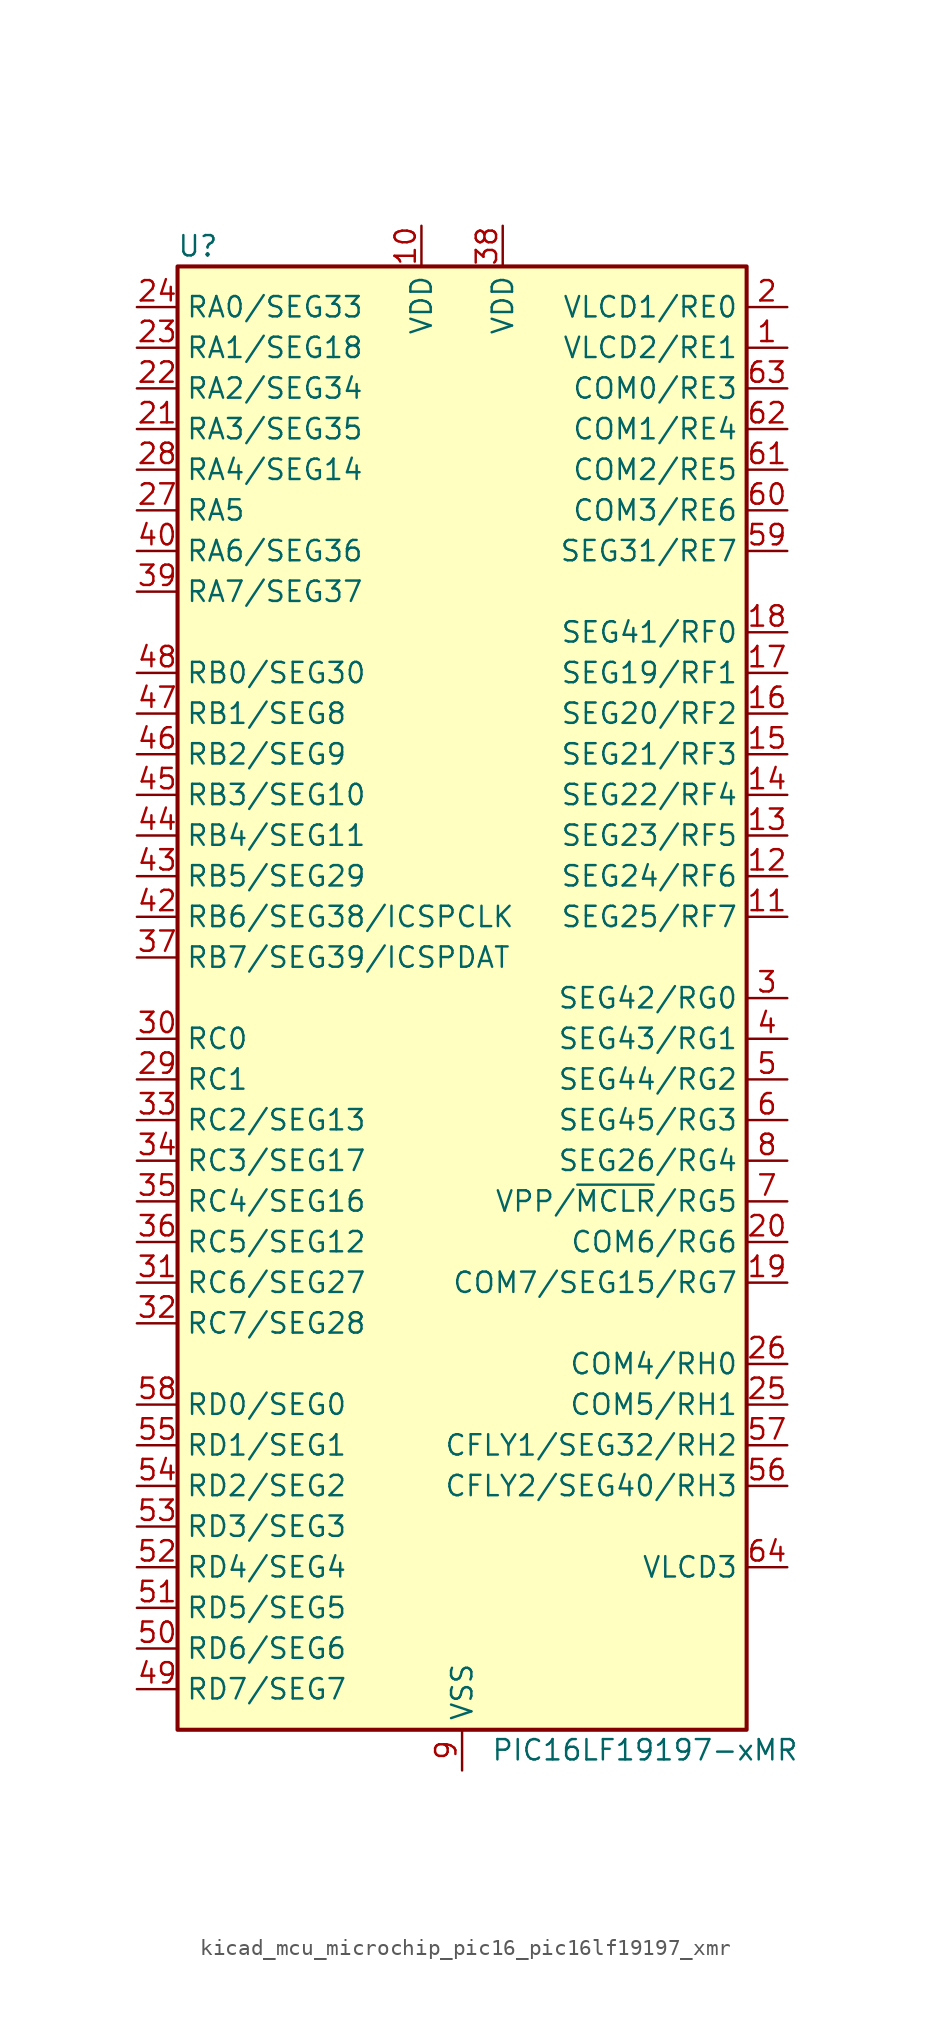
<source format=kicad_sym>
(kicad_symbol_lib
  (version 20220914)
  (generator kicad_symbol_editor)
  (symbol "kicad_mcu_microchip_pic16_pic16lf19197_xmr"
    (property "Reference" "U"
      (at -16.51 46.99 0)
      (effects (font (size 1.27 1.27))))
    (property "Value" "PIC16LF19197-xMR"
      (at 11.43 -46.99 0)
      (effects (font (size 1.27 1.27))))
    (symbol "kicad_mcu_microchip_pic16_pic16lf19197_xmr_0_1"
      (rectangle (start -17.78 45.72) (end 17.78 -45.72) (stroke (width 0.254) (type default)) (fill (type background))))
    (symbol "kicad_mcu_microchip_pic16_pic16lf19197_xmr_1_1"
      (pin bidirectional line (at 20.32 40.64 180) (length 2.54) (name "VLCD2/RE1" (effects (font (size 1.27 1.27)))) (number "1" (effects (font (size 1.27 1.27)))))
      (pin power_in line (at -2.54 48.26 270) (length 2.54) (name "VDD" (effects (font (size 1.27 1.27)))) (number "10" (effects (font (size 1.27 1.27)))))
      (pin bidirectional line (at 20.32 5.08 180) (length 2.54) (name "SEG25/RF7" (effects (font (size 1.27 1.27)))) (number "11" (effects (font (size 1.27 1.27)))))
      (pin bidirectional line (at 20.32 7.62 180) (length 2.54) (name "SEG24/RF6" (effects (font (size 1.27 1.27)))) (number "12" (effects (font (size 1.27 1.27)))))
      (pin bidirectional line (at 20.32 10.16 180) (length 2.54) (name "SEG23/RF5" (effects (font (size 1.27 1.27)))) (number "13" (effects (font (size 1.27 1.27)))))
      (pin bidirectional line (at 20.32 12.7 180) (length 2.54) (name "SEG22/RF4" (effects (font (size 1.27 1.27)))) (number "14" (effects (font (size 1.27 1.27)))))
      (pin bidirectional line (at 20.32 15.24 180) (length 2.54) (name "SEG21/RF3" (effects (font (size 1.27 1.27)))) (number "15" (effects (font (size 1.27 1.27)))))
      (pin bidirectional line (at 20.32 17.78 180) (length 2.54) (name "SEG20/RF2" (effects (font (size 1.27 1.27)))) (number "16" (effects (font (size 1.27 1.27)))))
      (pin bidirectional line (at 20.32 20.32 180) (length 2.54) (name "SEG19/RF1" (effects (font (size 1.27 1.27)))) (number "17" (effects (font (size 1.27 1.27)))))
      (pin bidirectional line (at 20.32 22.86 180) (length 2.54) (name "SEG41/RF0" (effects (font (size 1.27 1.27)))) (number "18" (effects (font (size 1.27 1.27)))))
      (pin bidirectional line (at 20.32 -17.78 180) (length 2.54) (name "COM7/SEG15/RG7" (effects (font (size 1.27 1.27)))) (number "19" (effects (font (size 1.27 1.27)))))
      (pin bidirectional line (at 20.32 43.18 180) (length 2.54) (name "VLCD1/RE0" (effects (font (size 1.27 1.27)))) (number "2" (effects (font (size 1.27 1.27)))))
      (pin bidirectional line (at 20.32 -15.24 180) (length 2.54) (name "COM6/RG6" (effects (font (size 1.27 1.27)))) (number "20" (effects (font (size 1.27 1.27)))))
      (pin bidirectional line (at -20.32 35.56 0) (length 2.54) (name "RA3/SEG35" (effects (font (size 1.27 1.27)))) (number "21" (effects (font (size 1.27 1.27)))))
      (pin bidirectional line (at -20.32 38.1 0) (length 2.54) (name "RA2/SEG34" (effects (font (size 1.27 1.27)))) (number "22" (effects (font (size 1.27 1.27)))))
      (pin bidirectional line (at -20.32 40.64 0) (length 2.54) (name "RA1/SEG18" (effects (font (size 1.27 1.27)))) (number "23" (effects (font (size 1.27 1.27)))))
      (pin bidirectional line (at -20.32 43.18 0) (length 2.54) (name "RA0/SEG33" (effects (font (size 1.27 1.27)))) (number "24" (effects (font (size 1.27 1.27)))))
      (pin bidirectional line (at 20.32 -25.4 180) (length 2.54) (name "COM5/RH1" (effects (font (size 1.27 1.27)))) (number "25" (effects (font (size 1.27 1.27)))))
      (pin bidirectional line (at 20.32 -22.86 180) (length 2.54) (name "COM4/RH0" (effects (font (size 1.27 1.27)))) (number "26" (effects (font (size 1.27 1.27)))))
      (pin bidirectional line (at -20.32 30.48 0) (length 2.54) (name "RA5" (effects (font (size 1.27 1.27)))) (number "27" (effects (font (size 1.27 1.27)))))
      (pin bidirectional line (at -20.32 33.02 0) (length 2.54) (name "RA4/SEG14" (effects (font (size 1.27 1.27)))) (number "28" (effects (font (size 1.27 1.27)))))
      (pin bidirectional line (at -20.32 -5.08 0) (length 2.54) (name "RC1" (effects (font (size 1.27 1.27)))) (number "29" (effects (font (size 1.27 1.27)))))
      (pin bidirectional line (at 20.32 0 180) (length 2.54) (name "SEG42/RG0" (effects (font (size 1.27 1.27)))) (number "3" (effects (font (size 1.27 1.27)))))
      (pin bidirectional line (at -20.32 -2.54 0) (length 2.54) (name "RC0" (effects (font (size 1.27 1.27)))) (number "30" (effects (font (size 1.27 1.27)))))
      (pin bidirectional line (at -20.32 -17.78 0) (length 2.54) (name "RC6/SEG27" (effects (font (size 1.27 1.27)))) (number "31" (effects (font (size 1.27 1.27)))))
      (pin bidirectional line (at -20.32 -20.32 0) (length 2.54) (name "RC7/SEG28" (effects (font (size 1.27 1.27)))) (number "32" (effects (font (size 1.27 1.27)))))
      (pin bidirectional line (at -20.32 -7.62 0) (length 2.54) (name "RC2/SEG13" (effects (font (size 1.27 1.27)))) (number "33" (effects (font (size 1.27 1.27)))))
      (pin bidirectional line (at -20.32 -10.16 0) (length 2.54) (name "RC3/SEG17" (effects (font (size 1.27 1.27)))) (number "34" (effects (font (size 1.27 1.27)))))
      (pin bidirectional line (at -20.32 -12.7 0) (length 2.54) (name "RC4/SEG16" (effects (font (size 1.27 1.27)))) (number "35" (effects (font (size 1.27 1.27)))))
      (pin bidirectional line (at -20.32 -15.24 0) (length 2.54) (name "RC5/SEG12" (effects (font (size 1.27 1.27)))) (number "36" (effects (font (size 1.27 1.27)))))
      (pin bidirectional line (at -20.32 2.54 0) (length 2.54) (name "RB7/SEG39/ICSPDAT" (effects (font (size 1.27 1.27)))) (number "37" (effects (font (size 1.27 1.27)))))
      (pin power_in line (at 2.54 48.26 270) (length 2.54) (name "VDD" (effects (font (size 1.27 1.27)))) (number "38" (effects (font (size 1.27 1.27)))))
      (pin bidirectional line (at -20.32 25.4 0) (length 2.54) (name "RA7/SEG37" (effects (font (size 1.27 1.27)))) (number "39" (effects (font (size 1.27 1.27)))))
      (pin bidirectional line (at 20.32 -2.54 180) (length 2.54) (name "SEG43/RG1" (effects (font (size 1.27 1.27)))) (number "4" (effects (font (size 1.27 1.27)))))
      (pin bidirectional line (at -20.32 27.94 0) (length 2.54) (name "RA6/SEG36" (effects (font (size 1.27 1.27)))) (number "40" (effects (font (size 1.27 1.27)))))
      (pin passive line (at 0 -48.26 90) (length 2.54) hide (name "VSS" (effects (font (size 1.27 1.27)))) (number "41" (effects (font (size 1.27 1.27)))))
      (pin bidirectional line (at -20.32 5.08 0) (length 2.54) (name "RB6/SEG38/ICSPCLK" (effects (font (size 1.27 1.27)))) (number "42" (effects (font (size 1.27 1.27)))))
      (pin bidirectional line (at -20.32 7.62 0) (length 2.54) (name "RB5/SEG29" (effects (font (size 1.27 1.27)))) (number "43" (effects (font (size 1.27 1.27)))))
      (pin bidirectional line (at -20.32 10.16 0) (length 2.54) (name "RB4/SEG11" (effects (font (size 1.27 1.27)))) (number "44" (effects (font (size 1.27 1.27)))))
      (pin bidirectional line (at -20.32 12.7 0) (length 2.54) (name "RB3/SEG10" (effects (font (size 1.27 1.27)))) (number "45" (effects (font (size 1.27 1.27)))))
      (pin bidirectional line (at -20.32 15.24 0) (length 2.54) (name "RB2/SEG9" (effects (font (size 1.27 1.27)))) (number "46" (effects (font (size 1.27 1.27)))))
      (pin bidirectional line (at -20.32 17.78 0) (length 2.54) (name "RB1/SEG8" (effects (font (size 1.27 1.27)))) (number "47" (effects (font (size 1.27 1.27)))))
      (pin bidirectional line (at -20.32 20.32 0) (length 2.54) (name "RB0/SEG30" (effects (font (size 1.27 1.27)))) (number "48" (effects (font (size 1.27 1.27)))))
      (pin bidirectional line (at -20.32 -43.18 0) (length 2.54) (name "RD7/SEG7" (effects (font (size 1.27 1.27)))) (number "49" (effects (font (size 1.27 1.27)))))
      (pin bidirectional line (at 20.32 -5.08 180) (length 2.54) (name "SEG44/RG2" (effects (font (size 1.27 1.27)))) (number "5" (effects (font (size 1.27 1.27)))))
      (pin bidirectional line (at -20.32 -40.64 0) (length 2.54) (name "RD6/SEG6" (effects (font (size 1.27 1.27)))) (number "50" (effects (font (size 1.27 1.27)))))
      (pin bidirectional line (at -20.32 -38.1 0) (length 2.54) (name "RD5/SEG5" (effects (font (size 1.27 1.27)))) (number "51" (effects (font (size 1.27 1.27)))))
      (pin bidirectional line (at -20.32 -35.56 0) (length 2.54) (name "RD4/SEG4" (effects (font (size 1.27 1.27)))) (number "52" (effects (font (size 1.27 1.27)))))
      (pin bidirectional line (at -20.32 -33.02 0) (length 2.54) (name "RD3/SEG3" (effects (font (size 1.27 1.27)))) (number "53" (effects (font (size 1.27 1.27)))))
      (pin bidirectional line (at -20.32 -30.48 0) (length 2.54) (name "RD2/SEG2" (effects (font (size 1.27 1.27)))) (number "54" (effects (font (size 1.27 1.27)))))
      (pin bidirectional line (at -20.32 -27.94 0) (length 2.54) (name "RD1/SEG1" (effects (font (size 1.27 1.27)))) (number "55" (effects (font (size 1.27 1.27)))))
      (pin bidirectional line (at 20.32 -30.48 180) (length 2.54) (name "CFLY2/SEG40/RH3" (effects (font (size 1.27 1.27)))) (number "56" (effects (font (size 1.27 1.27)))))
      (pin bidirectional line (at 20.32 -27.94 180) (length 2.54) (name "CFLY1/SEG32/RH2" (effects (font (size 1.27 1.27)))) (number "57" (effects (font (size 1.27 1.27)))))
      (pin bidirectional line (at -20.32 -25.4 0) (length 2.54) (name "RD0/SEG0" (effects (font (size 1.27 1.27)))) (number "58" (effects (font (size 1.27 1.27)))))
      (pin bidirectional line (at 20.32 27.94 180) (length 2.54) (name "SEG31/RE7" (effects (font (size 1.27 1.27)))) (number "59" (effects (font (size 1.27 1.27)))))
      (pin bidirectional line (at 20.32 -7.62 180) (length 2.54) (name "SEG45/RG3" (effects (font (size 1.27 1.27)))) (number "6" (effects (font (size 1.27 1.27)))))
      (pin bidirectional line (at 20.32 30.48 180) (length 2.54) (name "COM3/RE6" (effects (font (size 1.27 1.27)))) (number "60" (effects (font (size 1.27 1.27)))))
      (pin bidirectional line (at 20.32 33.02 180) (length 2.54) (name "COM2/RE5" (effects (font (size 1.27 1.27)))) (number "61" (effects (font (size 1.27 1.27)))))
      (pin bidirectional line (at 20.32 35.56 180) (length 2.54) (name "COM1/RE4" (effects (font (size 1.27 1.27)))) (number "62" (effects (font (size 1.27 1.27)))))
      (pin bidirectional line (at 20.32 38.1 180) (length 2.54) (name "COM0/RE3" (effects (font (size 1.27 1.27)))) (number "63" (effects (font (size 1.27 1.27)))))
      (pin input line (at 20.32 -35.56 180) (length 2.54) (name "VLCD3" (effects (font (size 1.27 1.27)))) (number "64" (effects (font (size 1.27 1.27)))))
      (pin passive line (at 0 -48.26 90) (length 2.54) hide (name "VSS" (effects (font (size 1.27 1.27)))) (number "65" (effects (font (size 1.27 1.27)))))
      (pin bidirectional line (at 20.32 -12.7 180) (length 2.54) (name "VPP/~{MCLR}/RG5" (effects (font (size 1.27 1.27)))) (number "7" (effects (font (size 1.27 1.27)))))
      (pin bidirectional line (at 20.32 -10.16 180) (length 2.54) (name "SEG26/RG4" (effects (font (size 1.27 1.27)))) (number "8" (effects (font (size 1.27 1.27)))))
      (pin power_in line (at 0 -48.26 90) (length 2.54) (name "VSS" (effects (font (size 1.27 1.27)))) (number "9" (effects (font (size 1.27 1.27))))))))
</source>
